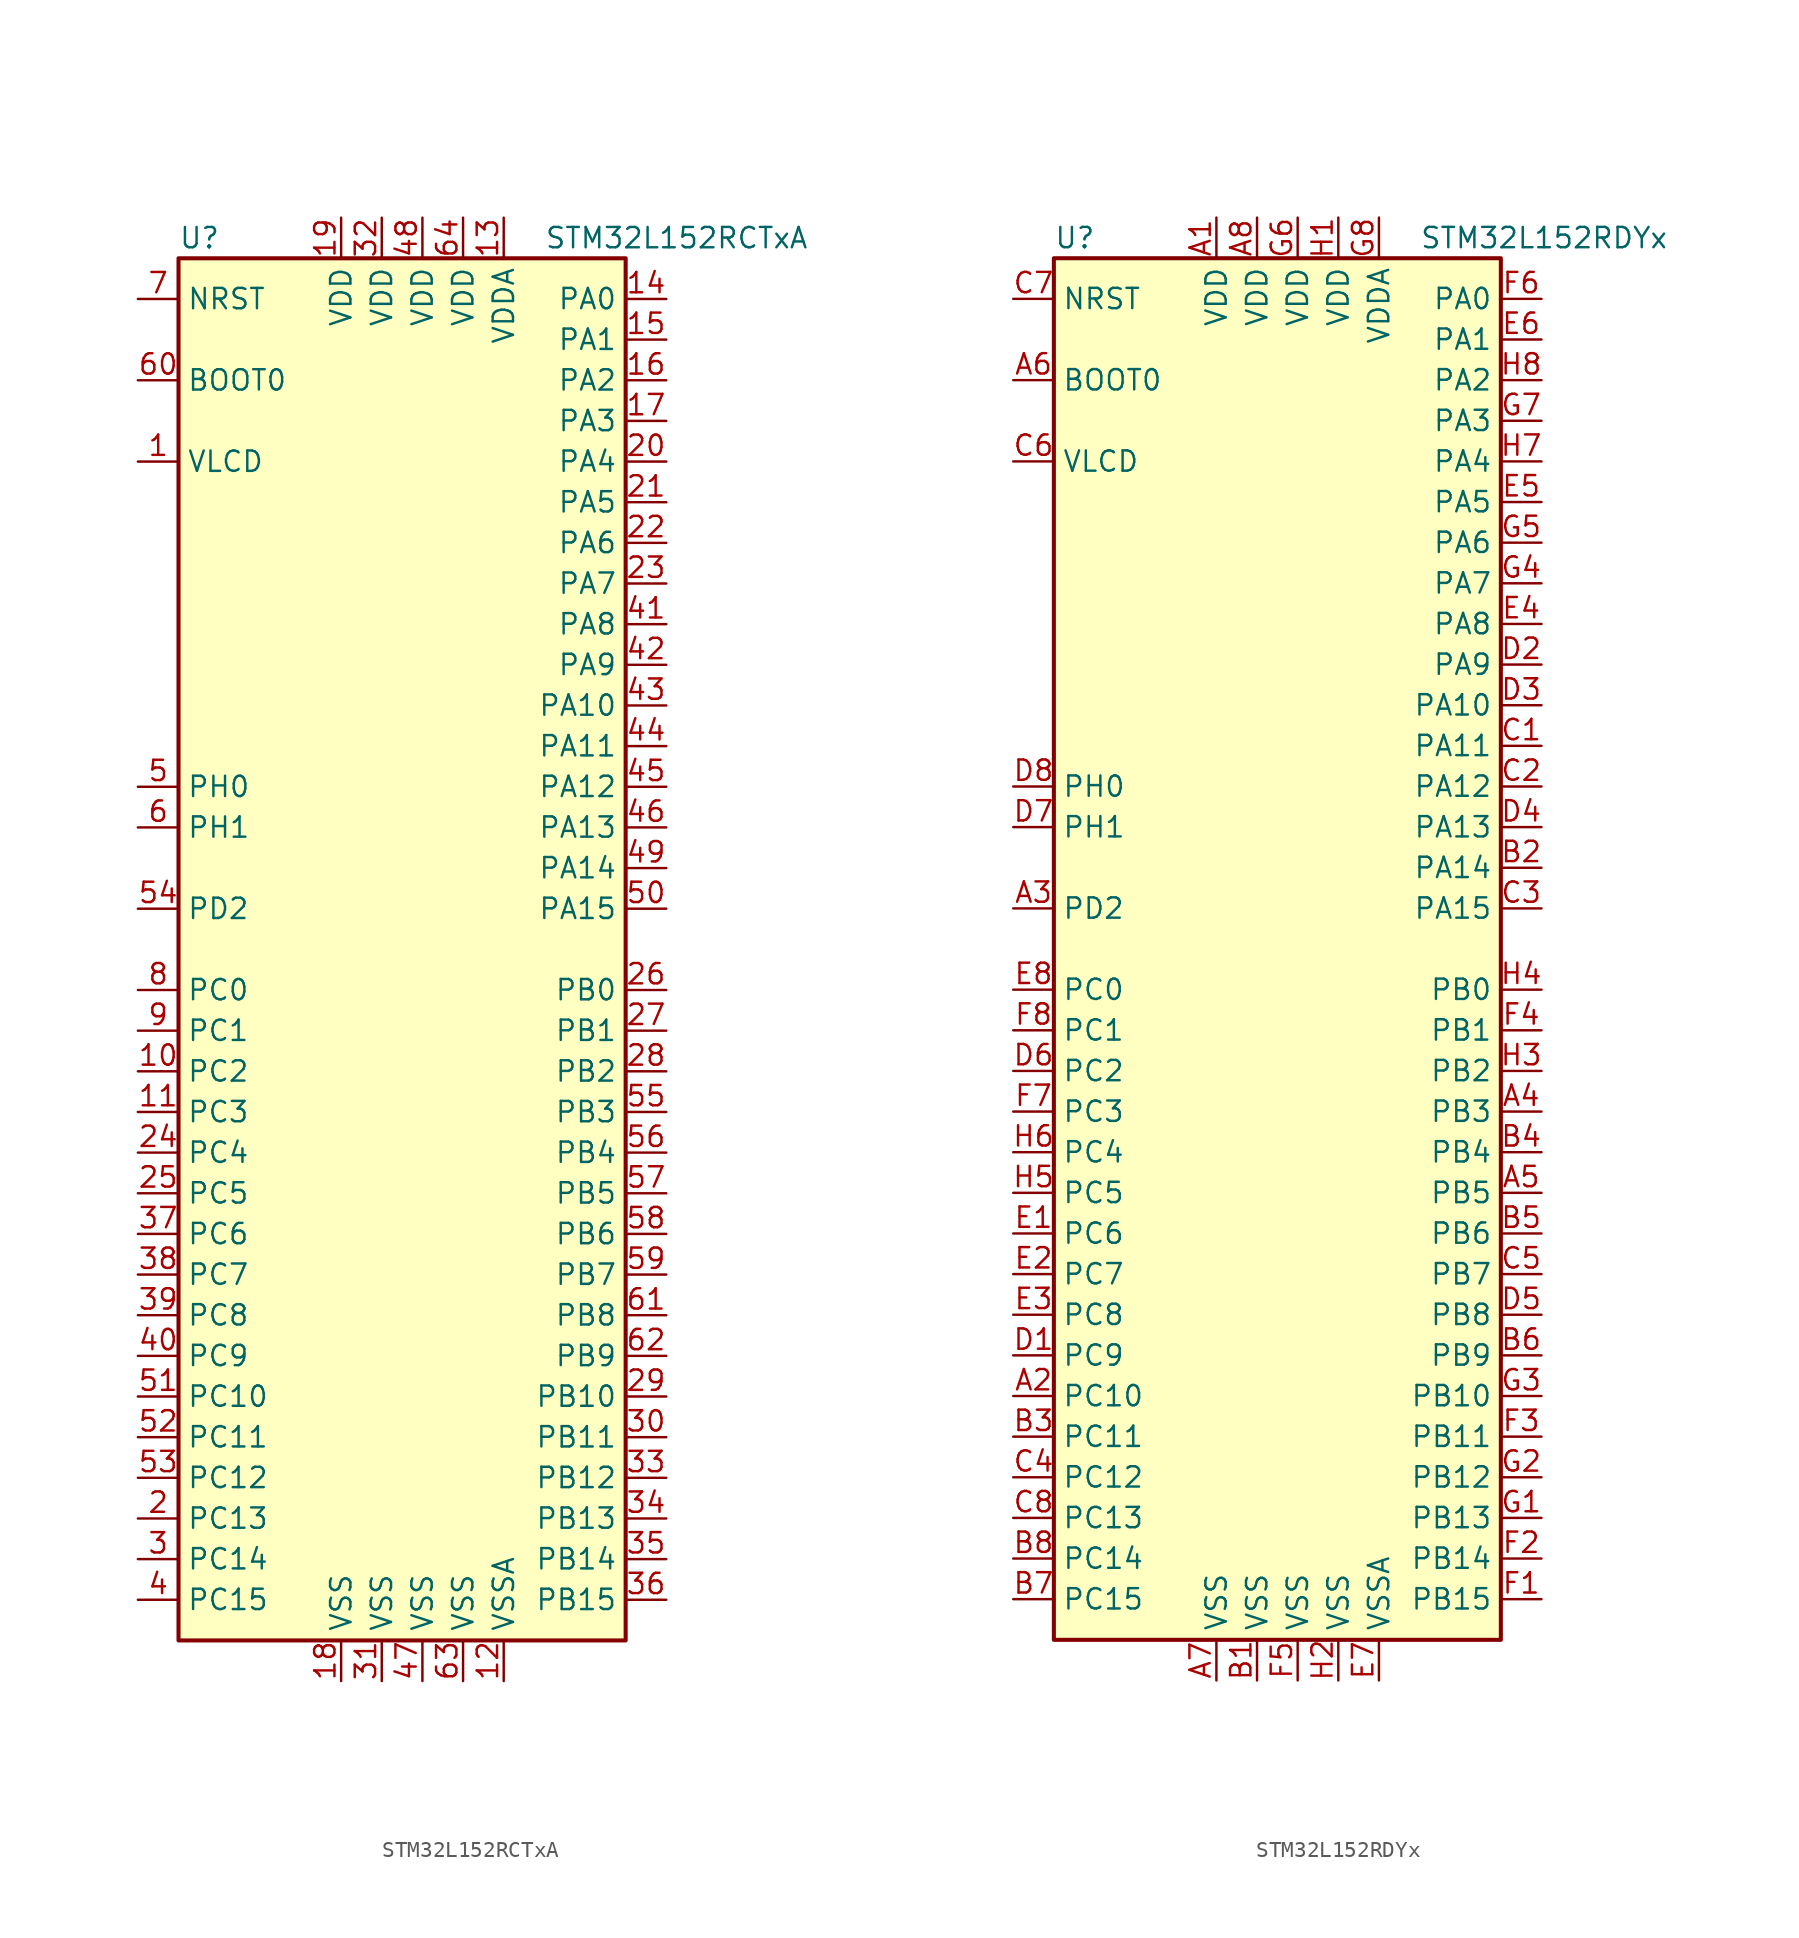
<source format=kicad_sym>
(kicad_symbol_lib
  (version 20211014)
  (generator kicad_symbol_editor)
  (symbol "STM32L152RCTxA"
    (property "Reference" "U"
      (at -15.24 44.45 0)
      (effects (font (size 1.27 1.27)) (justify left)))
    (property "Value" "STM32L152RCTxA"
      (at 7.62 44.45 0)
      (effects (font (size 1.27 1.27)) (justify left)))
    (symbol "STM32L152RCTxA_0_1"
      (rectangle (start -15.24 -43.18) (end 12.7 43.18) (stroke (width 0.254) (type default) (color 0 0 0 0)) (fill (type background))))
    (symbol "STM32L152RCTxA_1_1"
      (pin power_in line (at -17.78 30.48 0) (length 2.54) (name "VLCD" (effects (font (size 1.27 1.27)))) (number "1" (effects (font (size 1.27 1.27)))))
      (pin bidirectional line (at -17.78 -7.62 0) (length 2.54) (name "PC2" (effects (font (size 1.27 1.27)))) (number "10" (effects (font (size 1.27 1.27)))))
      (pin bidirectional line (at -17.78 -10.16 0) (length 2.54) (name "PC3" (effects (font (size 1.27 1.27)))) (number "11" (effects (font (size 1.27 1.27)))))
      (pin power_in line (at 5.08 -45.72 90) (length 2.54) (name "VSSA" (effects (font (size 1.27 1.27)))) (number "12" (effects (font (size 1.27 1.27)))))
      (pin power_in line (at 5.08 45.72 270) (length 2.54) (name "VDDA" (effects (font (size 1.27 1.27)))) (number "13" (effects (font (size 1.27 1.27)))))
      (pin bidirectional line (at 15.24 40.64 180) (length 2.54) (name "PA0" (effects (font (size 1.27 1.27)))) (number "14" (effects (font (size 1.27 1.27)))))
      (pin bidirectional line (at 15.24 38.1 180) (length 2.54) (name "PA1" (effects (font (size 1.27 1.27)))) (number "15" (effects (font (size 1.27 1.27)))))
      (pin bidirectional line (at 15.24 35.56 180) (length 2.54) (name "PA2" (effects (font (size 1.27 1.27)))) (number "16" (effects (font (size 1.27 1.27)))))
      (pin bidirectional line (at 15.24 33.02 180) (length 2.54) (name "PA3" (effects (font (size 1.27 1.27)))) (number "17" (effects (font (size 1.27 1.27)))))
      (pin power_in line (at -5.08 -45.72 90) (length 2.54) (name "VSS" (effects (font (size 1.27 1.27)))) (number "18" (effects (font (size 1.27 1.27)))))
      (pin power_in line (at -5.08 45.72 270) (length 2.54) (name "VDD" (effects (font (size 1.27 1.27)))) (number "19" (effects (font (size 1.27 1.27)))))
      (pin bidirectional line (at -17.78 -35.56 0) (length 2.54) (name "PC13" (effects (font (size 1.27 1.27)))) (number "2" (effects (font (size 1.27 1.27)))))
      (pin bidirectional line (at 15.24 30.48 180) (length 2.54) (name "PA4" (effects (font (size 1.27 1.27)))) (number "20" (effects (font (size 1.27 1.27)))))
      (pin bidirectional line (at 15.24 27.94 180) (length 2.54) (name "PA5" (effects (font (size 1.27 1.27)))) (number "21" (effects (font (size 1.27 1.27)))))
      (pin bidirectional line (at 15.24 25.4 180) (length 2.54) (name "PA6" (effects (font (size 1.27 1.27)))) (number "22" (effects (font (size 1.27 1.27)))))
      (pin bidirectional line (at 15.24 22.86 180) (length 2.54) (name "PA7" (effects (font (size 1.27 1.27)))) (number "23" (effects (font (size 1.27 1.27)))))
      (pin bidirectional line (at -17.78 -12.7 0) (length 2.54) (name "PC4" (effects (font (size 1.27 1.27)))) (number "24" (effects (font (size 1.27 1.27)))))
      (pin bidirectional line (at -17.78 -15.24 0) (length 2.54) (name "PC5" (effects (font (size 1.27 1.27)))) (number "25" (effects (font (size 1.27 1.27)))))
      (pin bidirectional line (at 15.24 -2.54 180) (length 2.54) (name "PB0" (effects (font (size 1.27 1.27)))) (number "26" (effects (font (size 1.27 1.27)))))
      (pin bidirectional line (at 15.24 -5.08 180) (length 2.54) (name "PB1" (effects (font (size 1.27 1.27)))) (number "27" (effects (font (size 1.27 1.27)))))
      (pin bidirectional line (at 15.24 -7.62 180) (length 2.54) (name "PB2" (effects (font (size 1.27 1.27)))) (number "28" (effects (font (size 1.27 1.27)))))
      (pin bidirectional line (at 15.24 -27.94 180) (length 2.54) (name "PB10" (effects (font (size 1.27 1.27)))) (number "29" (effects (font (size 1.27 1.27)))))
      (pin bidirectional line (at -17.78 -38.1 0) (length 2.54) (name "PC14" (effects (font (size 1.27 1.27)))) (number "3" (effects (font (size 1.27 1.27)))))
      (pin bidirectional line (at 15.24 -30.48 180) (length 2.54) (name "PB11" (effects (font (size 1.27 1.27)))) (number "30" (effects (font (size 1.27 1.27)))))
      (pin power_in line (at -2.54 -45.72 90) (length 2.54) (name "VSS" (effects (font (size 1.27 1.27)))) (number "31" (effects (font (size 1.27 1.27)))))
      (pin power_in line (at -2.54 45.72 270) (length 2.54) (name "VDD" (effects (font (size 1.27 1.27)))) (number "32" (effects (font (size 1.27 1.27)))))
      (pin bidirectional line (at 15.24 -33.02 180) (length 2.54) (name "PB12" (effects (font (size 1.27 1.27)))) (number "33" (effects (font (size 1.27 1.27)))))
      (pin bidirectional line (at 15.24 -35.56 180) (length 2.54) (name "PB13" (effects (font (size 1.27 1.27)))) (number "34" (effects (font (size 1.27 1.27)))))
      (pin bidirectional line (at 15.24 -38.1 180) (length 2.54) (name "PB14" (effects (font (size 1.27 1.27)))) (number "35" (effects (font (size 1.27 1.27)))))
      (pin bidirectional line (at 15.24 -40.64 180) (length 2.54) (name "PB15" (effects (font (size 1.27 1.27)))) (number "36" (effects (font (size 1.27 1.27)))))
      (pin bidirectional line (at -17.78 -17.78 0) (length 2.54) (name "PC6" (effects (font (size 1.27 1.27)))) (number "37" (effects (font (size 1.27 1.27)))))
      (pin bidirectional line (at -17.78 -20.32 0) (length 2.54) (name "PC7" (effects (font (size 1.27 1.27)))) (number "38" (effects (font (size 1.27 1.27)))))
      (pin bidirectional line (at -17.78 -22.86 0) (length 2.54) (name "PC8" (effects (font (size 1.27 1.27)))) (number "39" (effects (font (size 1.27 1.27)))))
      (pin bidirectional line (at -17.78 -40.64 0) (length 2.54) (name "PC15" (effects (font (size 1.27 1.27)))) (number "4" (effects (font (size 1.27 1.27)))))
      (pin bidirectional line (at -17.78 -25.4 0) (length 2.54) (name "PC9" (effects (font (size 1.27 1.27)))) (number "40" (effects (font (size 1.27 1.27)))))
      (pin bidirectional line (at 15.24 20.32 180) (length 2.54) (name "PA8" (effects (font (size 1.27 1.27)))) (number "41" (effects (font (size 1.27 1.27)))))
      (pin bidirectional line (at 15.24 17.78 180) (length 2.54) (name "PA9" (effects (font (size 1.27 1.27)))) (number "42" (effects (font (size 1.27 1.27)))))
      (pin bidirectional line (at 15.24 15.24 180) (length 2.54) (name "PA10" (effects (font (size 1.27 1.27)))) (number "43" (effects (font (size 1.27 1.27)))))
      (pin bidirectional line (at 15.24 12.7 180) (length 2.54) (name "PA11" (effects (font (size 1.27 1.27)))) (number "44" (effects (font (size 1.27 1.27)))))
      (pin bidirectional line (at 15.24 10.16 180) (length 2.54) (name "PA12" (effects (font (size 1.27 1.27)))) (number "45" (effects (font (size 1.27 1.27)))))
      (pin bidirectional line (at 15.24 7.62 180) (length 2.54) (name "PA13" (effects (font (size 1.27 1.27)))) (number "46" (effects (font (size 1.27 1.27)))))
      (pin power_in line (at 0 -45.72 90) (length 2.54) (name "VSS" (effects (font (size 1.27 1.27)))) (number "47" (effects (font (size 1.27 1.27)))))
      (pin power_in line (at 0 45.72 270) (length 2.54) (name "VDD" (effects (font (size 1.27 1.27)))) (number "48" (effects (font (size 1.27 1.27)))))
      (pin bidirectional line (at 15.24 5.08 180) (length 2.54) (name "PA14" (effects (font (size 1.27 1.27)))) (number "49" (effects (font (size 1.27 1.27)))))
      (pin input line (at -17.78 10.16 0) (length 2.54) (name "PH0" (effects (font (size 1.27 1.27)))) (number "5" (effects (font (size 1.27 1.27)))))
      (pin bidirectional line (at 15.24 2.54 180) (length 2.54) (name "PA15" (effects (font (size 1.27 1.27)))) (number "50" (effects (font (size 1.27 1.27)))))
      (pin bidirectional line (at -17.78 -27.94 0) (length 2.54) (name "PC10" (effects (font (size 1.27 1.27)))) (number "51" (effects (font (size 1.27 1.27)))))
      (pin bidirectional line (at -17.78 -30.48 0) (length 2.54) (name "PC11" (effects (font (size 1.27 1.27)))) (number "52" (effects (font (size 1.27 1.27)))))
      (pin bidirectional line (at -17.78 -33.02 0) (length 2.54) (name "PC12" (effects (font (size 1.27 1.27)))) (number "53" (effects (font (size 1.27 1.27)))))
      (pin bidirectional line (at -17.78 2.54 0) (length 2.54) (name "PD2" (effects (font (size 1.27 1.27)))) (number "54" (effects (font (size 1.27 1.27)))))
      (pin bidirectional line (at 15.24 -10.16 180) (length 2.54) (name "PB3" (effects (font (size 1.27 1.27)))) (number "55" (effects (font (size 1.27 1.27)))))
      (pin bidirectional line (at 15.24 -12.7 180) (length 2.54) (name "PB4" (effects (font (size 1.27 1.27)))) (number "56" (effects (font (size 1.27 1.27)))))
      (pin bidirectional line (at 15.24 -15.24 180) (length 2.54) (name "PB5" (effects (font (size 1.27 1.27)))) (number "57" (effects (font (size 1.27 1.27)))))
      (pin bidirectional line (at 15.24 -17.78 180) (length 2.54) (name "PB6" (effects (font (size 1.27 1.27)))) (number "58" (effects (font (size 1.27 1.27)))))
      (pin bidirectional line (at 15.24 -20.32 180) (length 2.54) (name "PB7" (effects (font (size 1.27 1.27)))) (number "59" (effects (font (size 1.27 1.27)))))
      (pin input line (at -17.78 7.62 0) (length 2.54) (name "PH1" (effects (font (size 1.27 1.27)))) (number "6" (effects (font (size 1.27 1.27)))))
      (pin input line (at -17.78 35.56 0) (length 2.54) (name "BOOT0" (effects (font (size 1.27 1.27)))) (number "60" (effects (font (size 1.27 1.27)))))
      (pin bidirectional line (at 15.24 -22.86 180) (length 2.54) (name "PB8" (effects (font (size 1.27 1.27)))) (number "61" (effects (font (size 1.27 1.27)))))
      (pin bidirectional line (at 15.24 -25.4 180) (length 2.54) (name "PB9" (effects (font (size 1.27 1.27)))) (number "62" (effects (font (size 1.27 1.27)))))
      (pin power_in line (at 2.54 -45.72 90) (length 2.54) (name "VSS" (effects (font (size 1.27 1.27)))) (number "63" (effects (font (size 1.27 1.27)))))
      (pin power_in line (at 2.54 45.72 270) (length 2.54) (name "VDD" (effects (font (size 1.27 1.27)))) (number "64" (effects (font (size 1.27 1.27)))))
      (pin input line (at -17.78 40.64 0) (length 2.54) (name "NRST" (effects (font (size 1.27 1.27)))) (number "7" (effects (font (size 1.27 1.27)))))
      (pin bidirectional line (at -17.78 -2.54 0) (length 2.54) (name "PC0" (effects (font (size 1.27 1.27)))) (number "8" (effects (font (size 1.27 1.27)))))
      (pin bidirectional line (at -17.78 -5.08 0) (length 2.54) (name "PC1" (effects (font (size 1.27 1.27)))) (number "9" (effects (font (size 1.27 1.27)))))))
  (symbol "STM32L152RDYx"
    (property "Reference" "U"
      (at -15.24 44.45 0)
      (effects (font (size 1.27 1.27)) (justify left)))
    (property "Value" "STM32L152RDYx"
      (at 7.62 44.45 0)
      (effects (font (size 1.27 1.27)) (justify left)))
    (symbol "STM32L152RDYx_0_1"
      (rectangle (start -15.24 -43.18) (end 12.7 43.18) (stroke (width 0.254) (type default) (color 0 0 0 0)) (fill (type background))))
    (symbol "STM32L152RDYx_1_1"
      (pin power_in line (at -5.08 45.72 270) (length 2.54) (name "VDD" (effects (font (size 1.27 1.27)))) (number "A1" (effects (font (size 1.27 1.27)))))
      (pin bidirectional line (at -17.78 -27.94 0) (length 2.54) (name "PC10" (effects (font (size 1.27 1.27)))) (number "A2" (effects (font (size 1.27 1.27)))))
      (pin bidirectional line (at -17.78 2.54 0) (length 2.54) (name "PD2" (effects (font (size 1.27 1.27)))) (number "A3" (effects (font (size 1.27 1.27)))))
      (pin bidirectional line (at 15.24 -10.16 180) (length 2.54) (name "PB3" (effects (font (size 1.27 1.27)))) (number "A4" (effects (font (size 1.27 1.27)))))
      (pin bidirectional line (at 15.24 -15.24 180) (length 2.54) (name "PB5" (effects (font (size 1.27 1.27)))) (number "A5" (effects (font (size 1.27 1.27)))))
      (pin input line (at -17.78 35.56 0) (length 2.54) (name "BOOT0" (effects (font (size 1.27 1.27)))) (number "A6" (effects (font (size 1.27 1.27)))))
      (pin power_in line (at -5.08 -45.72 90) (length 2.54) (name "VSS" (effects (font (size 1.27 1.27)))) (number "A7" (effects (font (size 1.27 1.27)))))
      (pin power_in line (at -2.54 45.72 270) (length 2.54) (name "VDD" (effects (font (size 1.27 1.27)))) (number "A8" (effects (font (size 1.27 1.27)))))
      (pin power_in line (at -2.54 -45.72 90) (length 2.54) (name "VSS" (effects (font (size 1.27 1.27)))) (number "B1" (effects (font (size 1.27 1.27)))))
      (pin bidirectional line (at 15.24 5.08 180) (length 2.54) (name "PA14" (effects (font (size 1.27 1.27)))) (number "B2" (effects (font (size 1.27 1.27)))))
      (pin bidirectional line (at -17.78 -30.48 0) (length 2.54) (name "PC11" (effects (font (size 1.27 1.27)))) (number "B3" (effects (font (size 1.27 1.27)))))
      (pin bidirectional line (at 15.24 -12.7 180) (length 2.54) (name "PB4" (effects (font (size 1.27 1.27)))) (number "B4" (effects (font (size 1.27 1.27)))))
      (pin bidirectional line (at 15.24 -17.78 180) (length 2.54) (name "PB6" (effects (font (size 1.27 1.27)))) (number "B5" (effects (font (size 1.27 1.27)))))
      (pin bidirectional line (at 15.24 -25.4 180) (length 2.54) (name "PB9" (effects (font (size 1.27 1.27)))) (number "B6" (effects (font (size 1.27 1.27)))))
      (pin bidirectional line (at -17.78 -40.64 0) (length 2.54) (name "PC15" (effects (font (size 1.27 1.27)))) (number "B7" (effects (font (size 1.27 1.27)))))
      (pin bidirectional line (at -17.78 -38.1 0) (length 2.54) (name "PC14" (effects (font (size 1.27 1.27)))) (number "B8" (effects (font (size 1.27 1.27)))))
      (pin bidirectional line (at 15.24 12.7 180) (length 2.54) (name "PA11" (effects (font (size 1.27 1.27)))) (number "C1" (effects (font (size 1.27 1.27)))))
      (pin bidirectional line (at 15.24 10.16 180) (length 2.54) (name "PA12" (effects (font (size 1.27 1.27)))) (number "C2" (effects (font (size 1.27 1.27)))))
      (pin bidirectional line (at 15.24 2.54 180) (length 2.54) (name "PA15" (effects (font (size 1.27 1.27)))) (number "C3" (effects (font (size 1.27 1.27)))))
      (pin bidirectional line (at -17.78 -33.02 0) (length 2.54) (name "PC12" (effects (font (size 1.27 1.27)))) (number "C4" (effects (font (size 1.27 1.27)))))
      (pin bidirectional line (at 15.24 -20.32 180) (length 2.54) (name "PB7" (effects (font (size 1.27 1.27)))) (number "C5" (effects (font (size 1.27 1.27)))))
      (pin power_in line (at -17.78 30.48 0) (length 2.54) (name "VLCD" (effects (font (size 1.27 1.27)))) (number "C6" (effects (font (size 1.27 1.27)))))
      (pin input line (at -17.78 40.64 0) (length 2.54) (name "NRST" (effects (font (size 1.27 1.27)))) (number "C7" (effects (font (size 1.27 1.27)))))
      (pin bidirectional line (at -17.78 -35.56 0) (length 2.54) (name "PC13" (effects (font (size 1.27 1.27)))) (number "C8" (effects (font (size 1.27 1.27)))))
      (pin bidirectional line (at -17.78 -25.4 0) (length 2.54) (name "PC9" (effects (font (size 1.27 1.27)))) (number "D1" (effects (font (size 1.27 1.27)))))
      (pin bidirectional line (at 15.24 17.78 180) (length 2.54) (name "PA9" (effects (font (size 1.27 1.27)))) (number "D2" (effects (font (size 1.27 1.27)))))
      (pin bidirectional line (at 15.24 15.24 180) (length 2.54) (name "PA10" (effects (font (size 1.27 1.27)))) (number "D3" (effects (font (size 1.27 1.27)))))
      (pin bidirectional line (at 15.24 7.62 180) (length 2.54) (name "PA13" (effects (font (size 1.27 1.27)))) (number "D4" (effects (font (size 1.27 1.27)))))
      (pin bidirectional line (at 15.24 -22.86 180) (length 2.54) (name "PB8" (effects (font (size 1.27 1.27)))) (number "D5" (effects (font (size 1.27 1.27)))))
      (pin bidirectional line (at -17.78 -7.62 0) (length 2.54) (name "PC2" (effects (font (size 1.27 1.27)))) (number "D6" (effects (font (size 1.27 1.27)))))
      (pin input line (at -17.78 7.62 0) (length 2.54) (name "PH1" (effects (font (size 1.27 1.27)))) (number "D7" (effects (font (size 1.27 1.27)))))
      (pin input line (at -17.78 10.16 0) (length 2.54) (name "PH0" (effects (font (size 1.27 1.27)))) (number "D8" (effects (font (size 1.27 1.27)))))
      (pin bidirectional line (at -17.78 -17.78 0) (length 2.54) (name "PC6" (effects (font (size 1.27 1.27)))) (number "E1" (effects (font (size 1.27 1.27)))))
      (pin bidirectional line (at -17.78 -20.32 0) (length 2.54) (name "PC7" (effects (font (size 1.27 1.27)))) (number "E2" (effects (font (size 1.27 1.27)))))
      (pin bidirectional line (at -17.78 -22.86 0) (length 2.54) (name "PC8" (effects (font (size 1.27 1.27)))) (number "E3" (effects (font (size 1.27 1.27)))))
      (pin bidirectional line (at 15.24 20.32 180) (length 2.54) (name "PA8" (effects (font (size 1.27 1.27)))) (number "E4" (effects (font (size 1.27 1.27)))))
      (pin bidirectional line (at 15.24 27.94 180) (length 2.54) (name "PA5" (effects (font (size 1.27 1.27)))) (number "E5" (effects (font (size 1.27 1.27)))))
      (pin bidirectional line (at 15.24 38.1 180) (length 2.54) (name "PA1" (effects (font (size 1.27 1.27)))) (number "E6" (effects (font (size 1.27 1.27)))))
      (pin power_in line (at 5.08 -45.72 90) (length 2.54) (name "VSSA" (effects (font (size 1.27 1.27)))) (number "E7" (effects (font (size 1.27 1.27)))))
      (pin bidirectional line (at -17.78 -2.54 0) (length 2.54) (name "PC0" (effects (font (size 1.27 1.27)))) (number "E8" (effects (font (size 1.27 1.27)))))
      (pin bidirectional line (at 15.24 -40.64 180) (length 2.54) (name "PB15" (effects (font (size 1.27 1.27)))) (number "F1" (effects (font (size 1.27 1.27)))))
      (pin bidirectional line (at 15.24 -38.1 180) (length 2.54) (name "PB14" (effects (font (size 1.27 1.27)))) (number "F2" (effects (font (size 1.27 1.27)))))
      (pin bidirectional line (at 15.24 -30.48 180) (length 2.54) (name "PB11" (effects (font (size 1.27 1.27)))) (number "F3" (effects (font (size 1.27 1.27)))))
      (pin bidirectional line (at 15.24 -5.08 180) (length 2.54) (name "PB1" (effects (font (size 1.27 1.27)))) (number "F4" (effects (font (size 1.27 1.27)))))
      (pin power_in line (at 0 -45.72 90) (length 2.54) (name "VSS" (effects (font (size 1.27 1.27)))) (number "F5" (effects (font (size 1.27 1.27)))))
      (pin bidirectional line (at 15.24 40.64 180) (length 2.54) (name "PA0" (effects (font (size 1.27 1.27)))) (number "F6" (effects (font (size 1.27 1.27)))))
      (pin bidirectional line (at -17.78 -10.16 0) (length 2.54) (name "PC3" (effects (font (size 1.27 1.27)))) (number "F7" (effects (font (size 1.27 1.27)))))
      (pin bidirectional line (at -17.78 -5.08 0) (length 2.54) (name "PC1" (effects (font (size 1.27 1.27)))) (number "F8" (effects (font (size 1.27 1.27)))))
      (pin bidirectional line (at 15.24 -35.56 180) (length 2.54) (name "PB13" (effects (font (size 1.27 1.27)))) (number "G1" (effects (font (size 1.27 1.27)))))
      (pin bidirectional line (at 15.24 -33.02 180) (length 2.54) (name "PB12" (effects (font (size 1.27 1.27)))) (number "G2" (effects (font (size 1.27 1.27)))))
      (pin bidirectional line (at 15.24 -27.94 180) (length 2.54) (name "PB10" (effects (font (size 1.27 1.27)))) (number "G3" (effects (font (size 1.27 1.27)))))
      (pin bidirectional line (at 15.24 22.86 180) (length 2.54) (name "PA7" (effects (font (size 1.27 1.27)))) (number "G4" (effects (font (size 1.27 1.27)))))
      (pin bidirectional line (at 15.24 25.4 180) (length 2.54) (name "PA6" (effects (font (size 1.27 1.27)))) (number "G5" (effects (font (size 1.27 1.27)))))
      (pin power_in line (at 0 45.72 270) (length 2.54) (name "VDD" (effects (font (size 1.27 1.27)))) (number "G6" (effects (font (size 1.27 1.27)))))
      (pin bidirectional line (at 15.24 33.02 180) (length 2.54) (name "PA3" (effects (font (size 1.27 1.27)))) (number "G7" (effects (font (size 1.27 1.27)))))
      (pin power_in line (at 5.08 45.72 270) (length 2.54) (name "VDDA" (effects (font (size 1.27 1.27)))) (number "G8" (effects (font (size 1.27 1.27)))))
      (pin power_in line (at 2.54 45.72 270) (length 2.54) (name "VDD" (effects (font (size 1.27 1.27)))) (number "H1" (effects (font (size 1.27 1.27)))))
      (pin power_in line (at 2.54 -45.72 90) (length 2.54) (name "VSS" (effects (font (size 1.27 1.27)))) (number "H2" (effects (font (size 1.27 1.27)))))
      (pin bidirectional line (at 15.24 -7.62 180) (length 2.54) (name "PB2" (effects (font (size 1.27 1.27)))) (number "H3" (effects (font (size 1.27 1.27)))))
      (pin bidirectional line (at 15.24 -2.54 180) (length 2.54) (name "PB0" (effects (font (size 1.27 1.27)))) (number "H4" (effects (font (size 1.27 1.27)))))
      (pin bidirectional line (at -17.78 -15.24 0) (length 2.54) (name "PC5" (effects (font (size 1.27 1.27)))) (number "H5" (effects (font (size 1.27 1.27)))))
      (pin bidirectional line (at -17.78 -12.7 0) (length 2.54) (name "PC4" (effects (font (size 1.27 1.27)))) (number "H6" (effects (font (size 1.27 1.27)))))
      (pin bidirectional line (at 15.24 30.48 180) (length 2.54) (name "PA4" (effects (font (size 1.27 1.27)))) (number "H7" (effects (font (size 1.27 1.27)))))
      (pin bidirectional line (at 15.24 35.56 180) (length 2.54) (name "PA2" (effects (font (size 1.27 1.27)))) (number "H8" (effects (font (size 1.27 1.27))))))))
</source>
